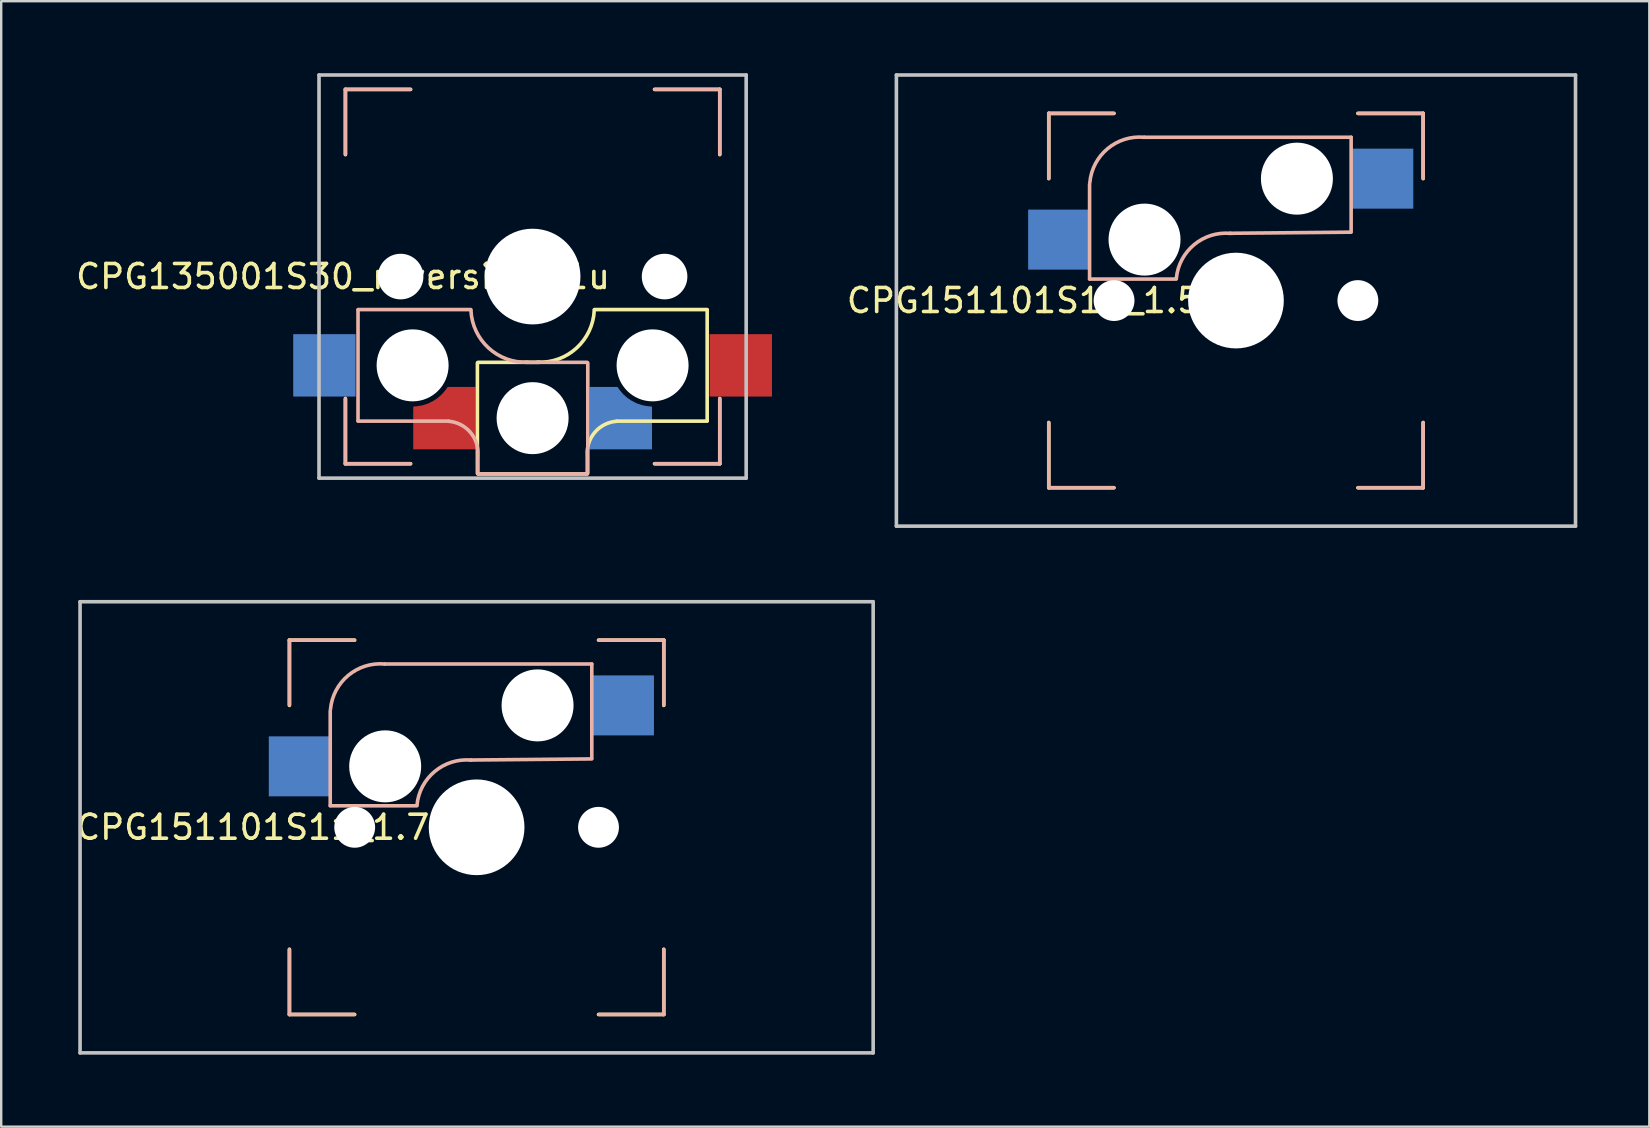
<source format=kicad_pcb>
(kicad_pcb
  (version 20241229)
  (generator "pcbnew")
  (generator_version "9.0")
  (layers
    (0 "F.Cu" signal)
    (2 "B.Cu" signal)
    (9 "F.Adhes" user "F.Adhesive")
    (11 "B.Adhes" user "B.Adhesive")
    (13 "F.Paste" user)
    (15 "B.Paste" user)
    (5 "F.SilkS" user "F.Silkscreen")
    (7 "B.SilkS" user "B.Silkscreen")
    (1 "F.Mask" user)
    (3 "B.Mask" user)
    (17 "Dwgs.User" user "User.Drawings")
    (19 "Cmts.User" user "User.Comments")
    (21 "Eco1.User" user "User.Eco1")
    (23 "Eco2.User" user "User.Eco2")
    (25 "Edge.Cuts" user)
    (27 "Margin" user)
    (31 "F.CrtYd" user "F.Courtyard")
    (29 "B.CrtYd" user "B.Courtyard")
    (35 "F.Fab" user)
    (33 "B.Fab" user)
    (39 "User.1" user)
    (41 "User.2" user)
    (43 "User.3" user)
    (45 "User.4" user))
  (footprint "CPG151101S11_1.5u"
    (layer "F.Cu")
    (at 48.454 9.475)
    (property "Reference" "CPG151101S11_1.5u" (at -8.4 0 180) (layer "F.SilkS") (effects (font (size 1 1) (thickness 0.15))))
    (attr through_hole)
    (fp_line (start -7.8 -7.8) (end -5.08 -7.8) (stroke (width 0.15) (type solid)) (layer "F.SilkS"))
    (fp_line (start -7.8 -5.08) (end -7.8 -7.8) (stroke (width 0.15) (type solid)) (layer "F.SilkS"))
    (fp_line (start -7.8 5.08) (end -7.8 7.8) (stroke (width 0.15) (type solid)) (layer "F.SilkS"))
    (fp_line (start -7.8 7.8) (end -5.08 7.8) (stroke (width 0.15) (type solid)) (layer "F.SilkS"))
    (fp_line (start 5.08 7.8) (end 7.8 7.8) (stroke (width 0.15) (type solid)) (layer "F.SilkS"))
    (fp_line (start 7.8 -7.8) (end 5.08 -7.8) (stroke (width 0.15) (type solid)) (layer "F.SilkS"))
    (fp_line (start 7.8 -5.08) (end 7.8 -7.8) (stroke (width 0.15) (type solid)) (layer "F.SilkS"))
    (fp_line (start 7.8 7.8) (end 7.8 5.08) (stroke (width 0.15) (type solid)) (layer "F.SilkS"))
    (fp_line (start -7.8 -7.8) (end -5.1 -7.8) (stroke (width 0.15) (type solid)) (layer "B.SilkS"))
    (fp_line (start -7.8 -5.1) (end -7.8 -7.8) (stroke (width 0.15) (type solid)) (layer "B.SilkS"))
    (fp_line (start -7.8 7.8) (end -7.8 5.1) (stroke (width 0.15) (type solid)) (layer "B.SilkS"))
    (fp_line (start -6.1 -4.85) (end -6.1 -0.905) (stroke (width 0.15) (type solid)) (layer "B.SilkS"))
    (fp_line (start -6.1 -0.896) (end -2.49 -0.896) (stroke (width 0.15) (type solid)) (layer "B.SilkS"))
    (fp_line (start -5.1 7.8) (end -7.8 7.8) (stroke (width 0.15) (type solid)) (layer "B.SilkS"))
    (fp_line (start 4.8 -6.804) (end -3.825 -6.804) (stroke (width 0.15) (type solid)) (layer "B.SilkS"))
    (fp_line (start 4.8 -2.896) (end 4.8 -6.804) (stroke (width 0.15) (type solid)) (layer "B.SilkS"))
    (fp_line (start 4.8 -2.85) (end -0.25 -2.804) (stroke (width 0.15) (type solid)) (layer "B.SilkS"))
    (fp_line (start 5.1 -7.8) (end 7.8 -7.8) (stroke (width 0.15) (type solid)) (layer "B.SilkS"))
    (fp_line (start 7.8 -7.8) (end 7.8 -5.1) (stroke (width 0.15) (type solid)) (layer "B.SilkS"))
    (fp_line (start 7.8 5.1) (end 7.8 7.8) (stroke (width 0.15) (type solid)) (layer "B.SilkS"))
    (fp_line (start 7.8 7.8) (end 5.1 7.8) (stroke (width 0.15) (type solid)) (layer "B.SilkS"))
    (fp_arc (start -6.089 -4.92) (mid -5.347189 -6.33089) (end -3.825 -6.804) (stroke (width 0.15) (type solid)) (layer "B.SilkS"))
    (fp_arc (start -2.484999 -0.920001) (mid -1.74436 -2.328062) (end -0.225 -2.8) (stroke (width 0.15) (type solid)) (layer "B.SilkS"))
    (fp_line (start -14.15 -9.4) (end 14.15 -9.4) (stroke (width 0.15) (type solid)) (layer "Dwgs.User"))
    (fp_line (start -14.15 9.4) (end -14.15 -9.4) (stroke (width 0.15) (type solid)) (layer "Dwgs.User"))
    (fp_line (start 14.15 -9.4) (end 14.15 9.4) (stroke (width 0.15) (type solid)) (layer "Dwgs.User"))
    (fp_line (start 14.15 9.4) (end -14.15 9.4) (stroke (width 0.15) (type solid)) (layer "Dwgs.User"))
    (fp_line (start -7 7) (end -7 -7) (stroke (width 0.15) (type solid)) (layer "Eco2.User"))
    (fp_line (start -7 7) (end 7 7) (stroke (width 0.15) (type solid)) (layer "Eco2.User"))
    (fp_line (start 7 -7) (end -7 -7) (stroke (width 0.15) (type solid)) (layer "Eco2.User"))
    (fp_line (start 7 -7) (end 7 7) (stroke (width 0.15) (type solid)) (layer "Eco2.User"))
    (pad "" np_thru_hole circle (at -5.08 0) (size 1.702 1.702) (drill 1.702) (layers "*.Cu" "*.Mask"))
    (pad "" np_thru_hole circle (at -3.81 -2.54) (size 3 3) (drill 3) (layers "*.Cu" "*.Mask"))
    (pad "" np_thru_hole circle (at 0 0) (size 3.988 3.988) (drill 3.988) (layers "*.Cu" "*.Mask"))
    (pad "" np_thru_hole circle (at 2.54 -5.08) (size 3 3) (drill 3) (layers "*.Cu" "*.Mask"))
    (pad "" np_thru_hole circle (at 5.08 0) (size 1.702 1.702) (drill 1.702) (layers "*.Cu" "*.Mask"))
    (pad "1" smd rect (at -7.385 -2.54) (size 2.55 2.5) (layers "B.Cu" "B.Mask" "B.Paste"))
    (pad "2" smd rect (at 6.115 -5.08 180) (size 2.55 2.5) (layers "B.Cu" "B.Mask" "B.Paste")))
  (footprint "CPG151101S11_1.75u"
    (layer "F.Cu")
    (at 16.811 31.425)
    (property "Reference" "CPG151101S11_1.75u" (at -8.4 0 180) (layer "F.SilkS") (effects (font (size 1 1) (thickness 0.15))))
    (attr through_hole)
    (fp_line (start -7.8 -7.8) (end -5.08 -7.8) (stroke (width 0.15) (type solid)) (layer "F.SilkS"))
    (fp_line (start -7.8 -5.08) (end -7.8 -7.8) (stroke (width 0.15) (type solid)) (layer "F.SilkS"))
    (fp_line (start -7.8 5.08) (end -7.8 7.8) (stroke (width 0.15) (type solid)) (layer "F.SilkS"))
    (fp_line (start -7.8 7.8) (end -5.08 7.8) (stroke (width 0.15) (type solid)) (layer "F.SilkS"))
    (fp_line (start 5.08 7.8) (end 7.8 7.8) (stroke (width 0.15) (type solid)) (layer "F.SilkS"))
    (fp_line (start 7.8 -7.8) (end 5.08 -7.8) (stroke (width 0.15) (type solid)) (layer "F.SilkS"))
    (fp_line (start 7.8 -5.08) (end 7.8 -7.8) (stroke (width 0.15) (type solid)) (layer "F.SilkS"))
    (fp_line (start 7.8 7.8) (end 7.8 5.08) (stroke (width 0.15) (type solid)) (layer "F.SilkS"))
    (fp_line (start -7.8 -7.8) (end -5.1 -7.8) (stroke (width 0.15) (type solid)) (layer "B.SilkS"))
    (fp_line (start -7.8 -5.1) (end -7.8 -7.8) (stroke (width 0.15) (type solid)) (layer "B.SilkS"))
    (fp_line (start -7.8 7.8) (end -7.8 5.1) (stroke (width 0.15) (type solid)) (layer "B.SilkS"))
    (fp_line (start -6.1 -4.85) (end -6.1 -0.905) (stroke (width 0.15) (type solid)) (layer "B.SilkS"))
    (fp_line (start -6.1 -0.896) (end -2.49 -0.896) (stroke (width 0.15) (type solid)) (layer "B.SilkS"))
    (fp_line (start -5.1 7.8) (end -7.8 7.8) (stroke (width 0.15) (type solid)) (layer "B.SilkS"))
    (fp_line (start 4.8 -6.804) (end -3.825 -6.804) (stroke (width 0.15) (type solid)) (layer "B.SilkS"))
    (fp_line (start 4.8 -2.896) (end 4.8 -6.804) (stroke (width 0.15) (type solid)) (layer "B.SilkS"))
    (fp_line (start 4.8 -2.85) (end -0.25 -2.804) (stroke (width 0.15) (type solid)) (layer "B.SilkS"))
    (fp_line (start 5.1 -7.8) (end 7.8 -7.8) (stroke (width 0.15) (type solid)) (layer "B.SilkS"))
    (fp_line (start 7.8 -7.8) (end 7.8 -5.1) (stroke (width 0.15) (type solid)) (layer "B.SilkS"))
    (fp_line (start 7.8 5.1) (end 7.8 7.8) (stroke (width 0.15) (type solid)) (layer "B.SilkS"))
    (fp_line (start 7.8 7.8) (end 5.1 7.8) (stroke (width 0.15) (type solid)) (layer "B.SilkS"))
    (fp_arc (start -6.089 -4.92) (mid -5.347189 -6.33089) (end -3.825 -6.804) (stroke (width 0.15) (type solid)) (layer "B.SilkS"))
    (fp_arc (start -2.484999 -0.920001) (mid -1.74436 -2.328062) (end -0.225 -2.8) (stroke (width 0.15) (type solid)) (layer "B.SilkS"))
    (fp_line (start -16.525 -9.4) (end 16.525 -9.4) (stroke (width 0.15) (type solid)) (layer "Dwgs.User"))
    (fp_line (start -16.525 9.4) (end -16.525 -9.4) (stroke (width 0.15) (type solid)) (layer "Dwgs.User"))
    (fp_line (start 16.525 -9.4) (end 16.525 9.4) (stroke (width 0.15) (type solid)) (layer "Dwgs.User"))
    (fp_line (start 16.525 9.4) (end -16.525 9.4) (stroke (width 0.15) (type solid)) (layer "Dwgs.User"))
    (fp_line (start -7 7) (end -7 -7) (stroke (width 0.15) (type solid)) (layer "Eco2.User"))
    (fp_line (start -7 7) (end 7 7) (stroke (width 0.15) (type solid)) (layer "Eco2.User"))
    (fp_line (start 7 -7) (end -7 -7) (stroke (width 0.15) (type solid)) (layer "Eco2.User"))
    (fp_line (start 7 -7) (end 7 7) (stroke (width 0.15) (type solid)) (layer "Eco2.User"))
    (pad "" np_thru_hole circle (at -5.08 0) (size 1.702 1.702) (drill 1.702) (layers "*.Cu" "*.Mask"))
    (pad "" np_thru_hole circle (at -3.81 -2.54) (size 3 3) (drill 3) (layers "*.Cu" "*.Mask"))
    (pad "" np_thru_hole circle (at 0 0) (size 3.988 3.988) (drill 3.988) (layers "*.Cu" "*.Mask"))
    (pad "" np_thru_hole circle (at 2.54 -5.08) (size 3 3) (drill 3) (layers "*.Cu" "*.Mask"))
    (pad "" np_thru_hole circle (at 5.08 0) (size 1.702 1.702) (drill 1.702) (layers "*.Cu" "*.Mask"))
    (pad "1" smd rect (at -7.385 -2.54) (size 2.55 2.5) (layers "B.Cu" "B.Mask" "B.Paste"))
    (pad "2" smd rect (at 6.115 -5.08 180) (size 2.55 2.5) (layers "B.Cu" "B.Mask" "B.Paste")))
  (footprint "CPG135001S30_reversible_1u"
    (layer "F.Cu")
    (at 19.144 8.475)
    (property "Reference" "CPG135001S30_reversible_1u" (at -7.9 0 180) (layer "F.SilkS") (effects (font (size 1 1) (thickness 0.15))))
    (attr through_hole)
    (fp_line (start -7.8 -7.8) (end -5.08 -7.8) (stroke (width 0.15) (type solid)) (layer "F.SilkS"))
    (fp_line (start -7.8 -5.08) (end -7.8 -7.8) (stroke (width 0.15) (type solid)) (layer "F.SilkS"))
    (fp_line (start -7.8 5.08) (end -7.8 7.8) (stroke (width 0.15) (type solid)) (layer "F.SilkS"))
    (fp_line (start -7.8 7.8) (end -5.08 7.8) (stroke (width 0.15) (type solid)) (layer "F.SilkS"))
    (fp_line (start -2.3 3.6) (end -2.3 8.2) (stroke (width 0.15) (type solid)) (layer "F.SilkS"))
    (fp_line (start -2.275 3.575) (end 0.275 3.575) (stroke (width 0.15) (type solid)) (layer "F.SilkS"))
    (fp_line (start -2.275 8.225) (end 2.275 8.225) (stroke (width 0.15) (type solid)) (layer "F.SilkS"))
    (fp_line (start 2.28 7.5) (end 2.28 8.2) (stroke (width 0.15) (type solid)) (layer "F.SilkS"))
    (fp_line (start 2.575 1.375) (end 7.275 1.375) (stroke (width 0.15) (type solid)) (layer "F.SilkS"))
    (fp_line (start 3.5 6.025) (end 7.275 6.025) (stroke (width 0.15) (type solid)) (layer "F.SilkS"))
    (fp_line (start 5.08 7.8) (end 7.8 7.8) (stroke (width 0.15) (type solid)) (layer "F.SilkS"))
    (fp_line (start 7.275 1.4) (end 7.275 6) (stroke (width 0.15) (type solid)) (layer "F.SilkS"))
    (fp_line (start 7.8 -7.8) (end 5.08 -7.8) (stroke (width 0.15) (type solid)) (layer "F.SilkS"))
    (fp_line (start 7.8 -5.08) (end 7.8 -7.8) (stroke (width 0.15) (type solid)) (layer "F.SilkS"))
    (fp_line (start 7.8 7.8) (end 7.8 5.08) (stroke (width 0.15) (type solid)) (layer "F.SilkS"))
    (fp_arc (start 2.279999 7.449999) (mid 2.595908 6.487329) (end 3.5 6.03) (stroke (width 0.15) (type solid)) (layer "F.SilkS"))
    (fp_arc (start 2.57 1.4) (mid 1.834422 2.975843) (end 0.2 3.57) (stroke (width 0.15) (type solid)) (layer "F.SilkS"))
    (fp_line (start -7.8 -7.8) (end -5.1 -7.8) (stroke (width 0.15) (type solid)) (layer "B.SilkS"))
    (fp_line (start -7.8 -5.1) (end -7.8 -7.8) (stroke (width 0.15) (type solid)) (layer "B.SilkS"))
    (fp_line (start -7.8 7.8) (end -7.8 5.1) (stroke (width 0.15) (type solid)) (layer "B.SilkS"))
    (fp_line (start -7.275 1.4) (end -7.275 6) (stroke (width 0.15) (type solid)) (layer "B.SilkS"))
    (fp_line (start -5.1 7.8) (end -7.8 7.8) (stroke (width 0.15) (type solid)) (layer "B.SilkS"))
    (fp_line (start -3.5 6.025) (end -7.275 6.025) (stroke (width 0.15) (type solid)) (layer "B.SilkS"))
    (fp_line (start -2.575 1.375) (end -7.275 1.375) (stroke (width 0.15) (type solid)) (layer "B.SilkS"))
    (fp_line (start -2.28 7.5) (end -2.28 8.2) (stroke (width 0.15) (type solid)) (layer "B.SilkS"))
    (fp_line (start 2.275 3.575) (end -0.275 3.575) (stroke (width 0.15) (type solid)) (layer "B.SilkS"))
    (fp_line (start 2.275 8.225) (end -2.275 8.225) (stroke (width 0.15) (type solid)) (layer "B.SilkS"))
    (fp_line (start 2.3 3.6) (end 2.3 8.2) (stroke (width 0.15) (type solid)) (layer "B.SilkS"))
    (fp_line (start 5.1 -7.8) (end 7.8 -7.8) (stroke (width 0.15) (type solid)) (layer "B.SilkS"))
    (fp_line (start 7.8 -7.8) (end 7.8 -5.1) (stroke (width 0.15) (type solid)) (layer "B.SilkS"))
    (fp_line (start 7.8 5.1) (end 7.8 7.8) (stroke (width 0.15) (type solid)) (layer "B.SilkS"))
    (fp_line (start 7.8 7.8) (end 5.1 7.8) (stroke (width 0.15) (type solid)) (layer "B.SilkS"))
    (fp_arc (start -3.5 6.03) (mid -2.595908 6.48733) (end -2.28 7.45) (stroke (width 0.15) (type solid)) (layer "B.SilkS"))
    (fp_arc (start -0.2 3.57) (mid -1.834422 2.975843) (end -2.57 1.4) (stroke (width 0.15) (type solid)) (layer "B.SilkS"))
    (fp_line (start -8.9 -8.4) (end 8.9 -8.4) (stroke (width 0.15) (type solid)) (layer "Dwgs.User"))
    (fp_line (start -8.9 8.4) (end -8.9 -8.4) (stroke (width 0.15) (type solid)) (layer "Dwgs.User"))
    (fp_line (start 8.9 -8.4) (end 8.9 8.4) (stroke (width 0.15) (type solid)) (layer "Dwgs.User"))
    (fp_line (start 8.9 8.4) (end -8.9 8.4) (stroke (width 0.15) (type solid)) (layer "Dwgs.User"))
    (fp_line (start -7 7) (end -7 -7) (stroke (width 0.15) (type solid)) (layer "Eco2.User"))
    (fp_line (start -7 7) (end 7 7) (stroke (width 0.15) (type solid)) (layer "Eco2.User"))
    (fp_line (start 7 -7) (end -7 -7) (stroke (width 0.15) (type solid)) (layer "Eco2.User"))
    (fp_line (start 7 -7) (end 7 7) (stroke (width 0.15) (type solid)) (layer "Eco2.User"))
    (pad "" np_thru_hole circle (at -5.5 0) (size 1.9 1.9) (drill 1.9) (layers "*.Cu" "*.Mask"))
    (pad "" np_thru_hole circle (at -5 3.7) (size 3 3) (drill 3) (layers "*.Cu" "*.Mask"))
    (pad "" np_thru_hole circle (at 0 0) (size 3.988 3.988) (drill 3.988) (layers "*.Cu" "*.Mask"))
    (pad "" np_thru_hole circle (at 0 5.9 90) (size 3 3) (drill 3) (layers "*.Cu" "*.Mask"))
    (pad "" np_thru_hole circle (at 5 3.7) (size 3 3) (drill 3) (layers "*.Cu" "*.Mask"))
    (pad "" np_thru_hole circle (at 5.5 0) (size 1.9 1.9) (drill 1.9) (layers "*.Cu" "*.Mask"))
    (pad "1" smd rect (at -8.675 3.7) (size 2.6 2.6) (layers "B.Cu" "B.Mask" "B.Paste"))
    (pad "1" smd rect (at 8.675 3.7) (size 2.6 2.6) (layers "F.Cu" "F.Mask" "F.Paste"))
    (pad "2" smd custom (at -3.675 5.9) (size 1.2 1.2) (layers "F.Cu" "F.Mask" "F.Paste") (options (anchor rect)) (primitives (gr_poly (pts (xy 0.15 -1.3) (xy -0.05 -1) (xy -0.3 -0.8) (xy -0.7 -0.6) (xy -0.95 -0.5) (xy -1.3 -0.44) (xy -1.3 1.3) (xy 1.3 1.3) (xy 1.3 -1.3)) (width 0) (fill yes)) (gr_arc (start 0.152398 -1.259777) (mid -0.453976 -0.680776) (end -1.26 -0.45) (width 0.08))))
    (pad "2" smd custom (at 3.675 5.9 180) (size 1.2 1.2) (layers "B.Cu" "B.Mask" "B.Paste") (options (anchor rect)) (primitives (gr_poly (pts (xy 0.15 1.3) (xy -0.05 1) (xy -0.3 0.8) (xy -0.7 0.6) (xy -0.95 0.5) (xy -1.3 0.44) (xy -1.3 -1.3) (xy 1.3 -1.3) (xy 1.3 1.3)) (width 0) (fill yes)) (gr_arc (start -1.26 0.45) (mid -0.453976 0.680776) (end 0.152398 1.259777) (width 0.08)))))
  (gr_rect
    (start -3 -3)
    (end 65.679 43.9)
    (stroke (width 0.1) (type default))
    (fill no)
    (layer "Edge.Cuts")))
</source>
